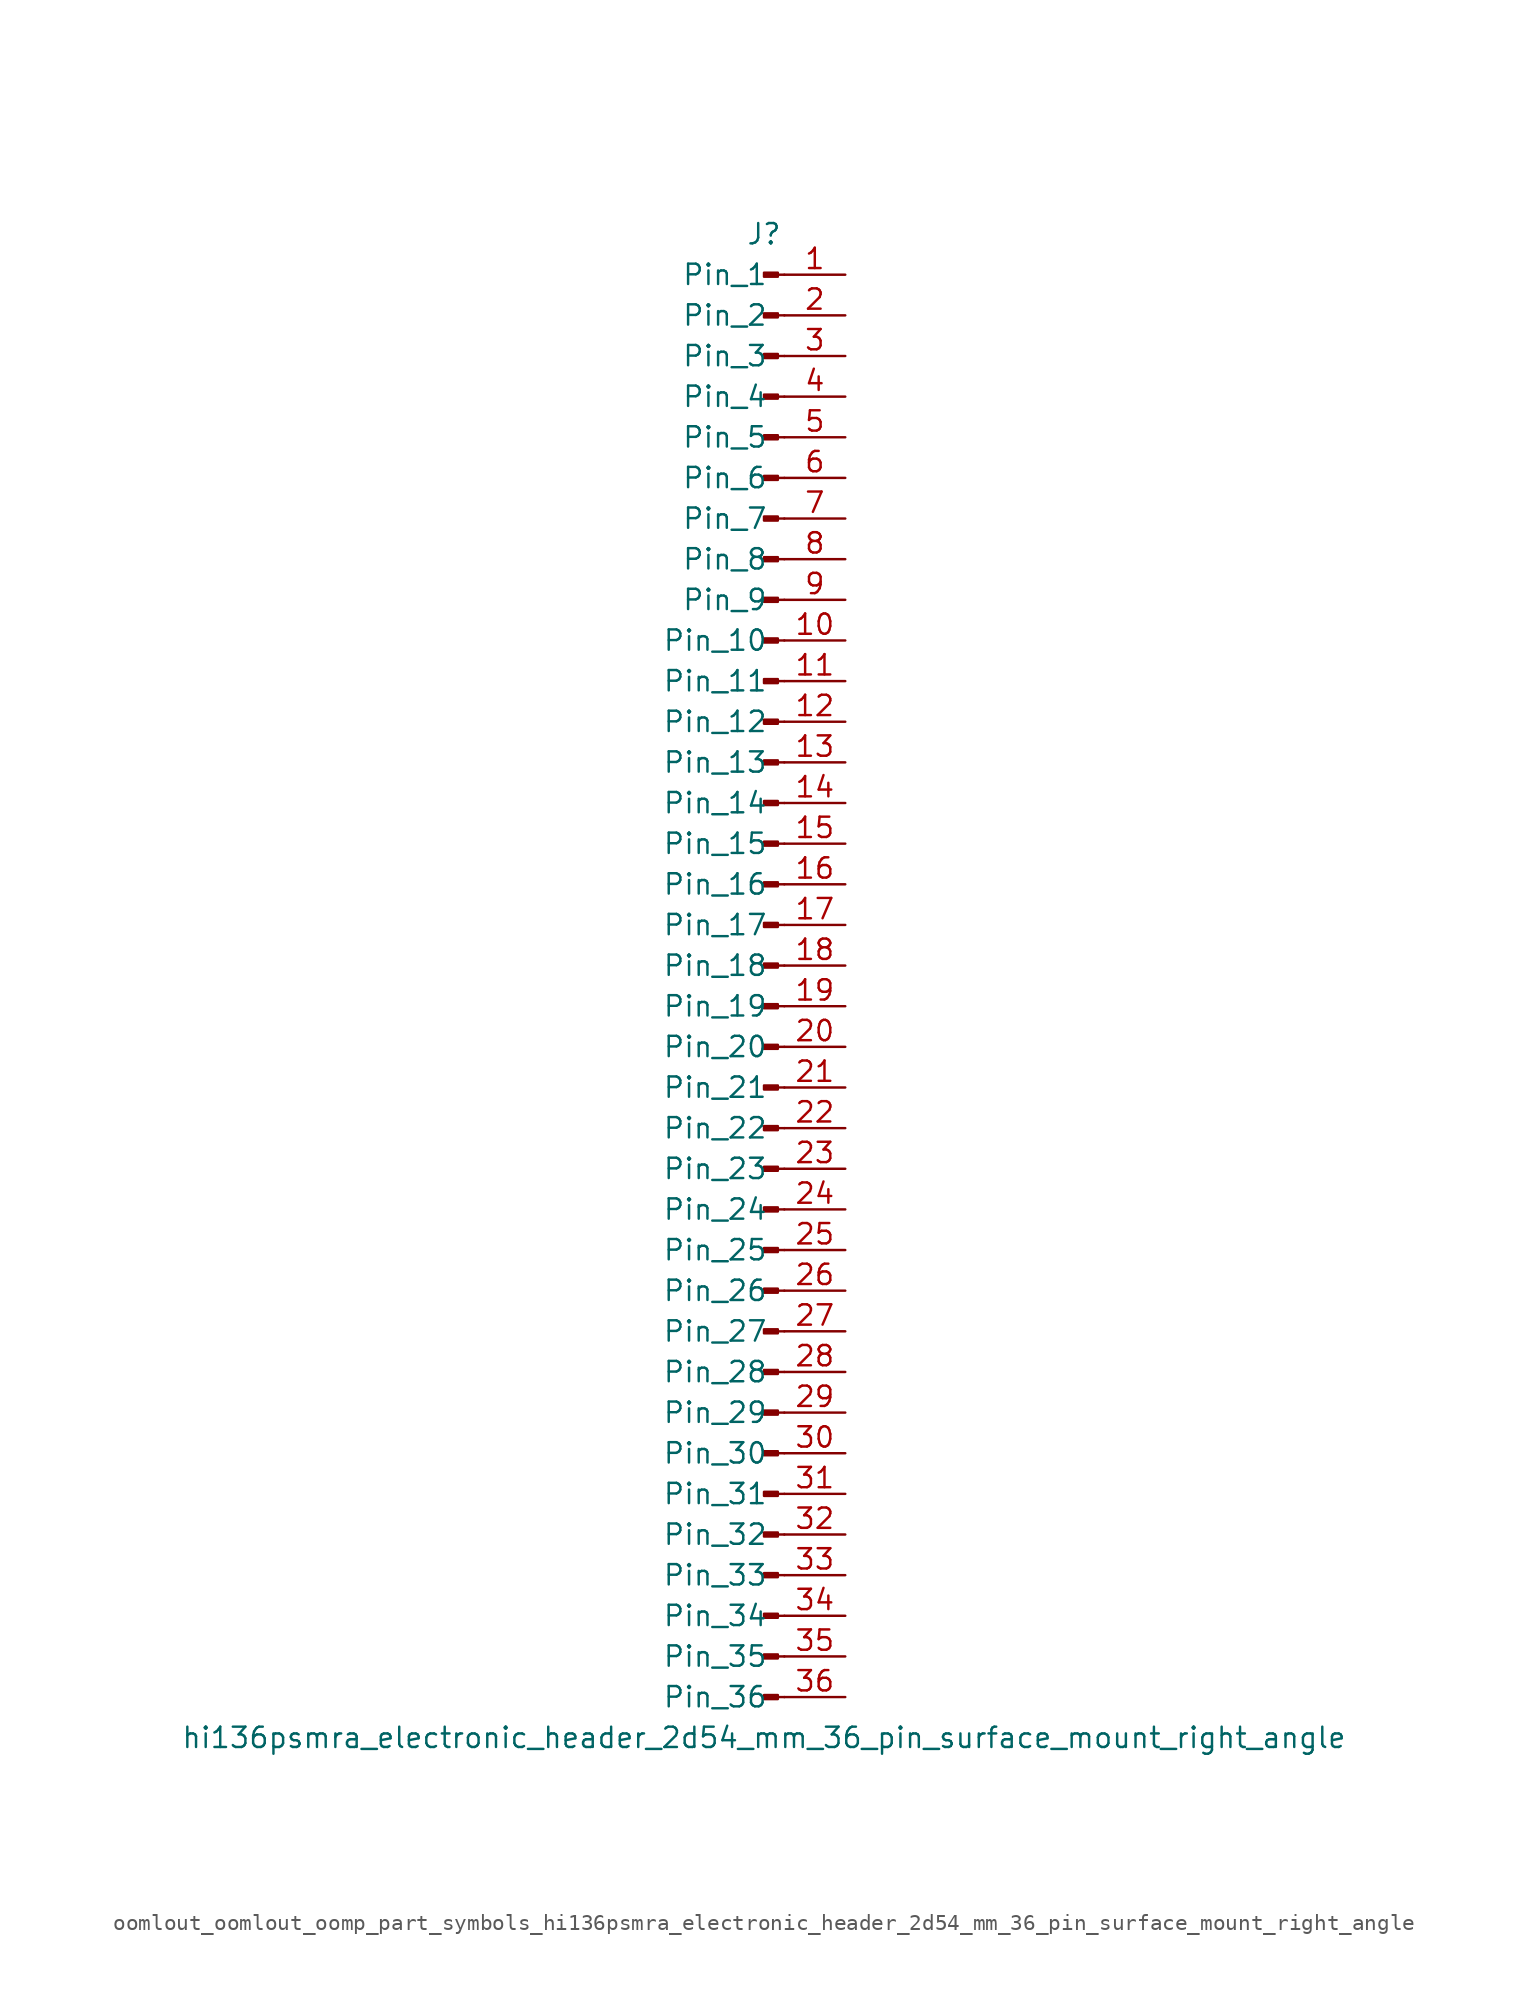
<source format=kicad_sym>
(kicad_symbol_lib
  (version 20220914)
  (generator kicad_symbol_editor)
  (symbol "oomlout_oomlout_oomp_part_symbols_hi136psmra_electronic_header_2d54_mm_36_pin_surface_mount_right_angle"
    (pin_names
      (offset 1.016))
    (property "Reference" "J"
      (at 0 45.72 0)
      (effects (font (size 1.27 1.27))))
    (property "Value" "hi136psmra_electronic_header_2d54_mm_36_pin_surface_mount_right_angle"
      (at 0 -48.26 0)
      (effects (font (size 1.27 1.27))))
    (property "ki_locked" ""
      (at 0 0 0)
      (effects (font (size 1.27 1.27))))
    (symbol "oomlout_oomlout_oomp_part_symbols_hi136psmra_electronic_header_2d54_mm_36_pin_surface_mount_right_angle_1_1"
      (polyline (pts (xy 1.27 -45.72) (xy 0.864 -45.72)) (stroke (width 0.152) (type default)) (fill (type none)))
      (polyline (pts (xy 1.27 -43.18) (xy 0.864 -43.18)) (stroke (width 0.152) (type default)) (fill (type none)))
      (polyline (pts (xy 1.27 -40.64) (xy 0.864 -40.64)) (stroke (width 0.152) (type default)) (fill (type none)))
      (polyline (pts (xy 1.27 -38.1) (xy 0.864 -38.1)) (stroke (width 0.152) (type default)) (fill (type none)))
      (polyline (pts (xy 1.27 -35.56) (xy 0.864 -35.56)) (stroke (width 0.152) (type default)) (fill (type none)))
      (polyline (pts (xy 1.27 -33.02) (xy 0.864 -33.02)) (stroke (width 0.152) (type default)) (fill (type none)))
      (polyline (pts (xy 1.27 -30.48) (xy 0.864 -30.48)) (stroke (width 0.152) (type default)) (fill (type none)))
      (polyline (pts (xy 1.27 -27.94) (xy 0.864 -27.94)) (stroke (width 0.152) (type default)) (fill (type none)))
      (polyline (pts (xy 1.27 -25.4) (xy 0.864 -25.4)) (stroke (width 0.152) (type default)) (fill (type none)))
      (polyline (pts (xy 1.27 -22.86) (xy 0.864 -22.86)) (stroke (width 0.152) (type default)) (fill (type none)))
      (polyline (pts (xy 1.27 -20.32) (xy 0.864 -20.32)) (stroke (width 0.152) (type default)) (fill (type none)))
      (polyline (pts (xy 1.27 -17.78) (xy 0.864 -17.78)) (stroke (width 0.152) (type default)) (fill (type none)))
      (polyline (pts (xy 1.27 -15.24) (xy 0.864 -15.24)) (stroke (width 0.152) (type default)) (fill (type none)))
      (polyline (pts (xy 1.27 -12.7) (xy 0.864 -12.7)) (stroke (width 0.152) (type default)) (fill (type none)))
      (polyline (pts (xy 1.27 -10.16) (xy 0.864 -10.16)) (stroke (width 0.152) (type default)) (fill (type none)))
      (polyline (pts (xy 1.27 -7.62) (xy 0.864 -7.62)) (stroke (width 0.152) (type default)) (fill (type none)))
      (polyline (pts (xy 1.27 -5.08) (xy 0.864 -5.08)) (stroke (width 0.152) (type default)) (fill (type none)))
      (polyline (pts (xy 1.27 -2.54) (xy 0.864 -2.54)) (stroke (width 0.152) (type default)) (fill (type none)))
      (polyline (pts (xy 1.27 0) (xy 0.864 0)) (stroke (width 0.152) (type default)) (fill (type none)))
      (polyline (pts (xy 1.27 2.54) (xy 0.864 2.54)) (stroke (width 0.152) (type default)) (fill (type none)))
      (polyline (pts (xy 1.27 5.08) (xy 0.864 5.08)) (stroke (width 0.152) (type default)) (fill (type none)))
      (polyline (pts (xy 1.27 7.62) (xy 0.864 7.62)) (stroke (width 0.152) (type default)) (fill (type none)))
      (polyline (pts (xy 1.27 10.16) (xy 0.864 10.16)) (stroke (width 0.152) (type default)) (fill (type none)))
      (polyline (pts (xy 1.27 12.7) (xy 0.864 12.7)) (stroke (width 0.152) (type default)) (fill (type none)))
      (polyline (pts (xy 1.27 15.24) (xy 0.864 15.24)) (stroke (width 0.152) (type default)) (fill (type none)))
      (polyline (pts (xy 1.27 17.78) (xy 0.864 17.78)) (stroke (width 0.152) (type default)) (fill (type none)))
      (polyline (pts (xy 1.27 20.32) (xy 0.864 20.32)) (stroke (width 0.152) (type default)) (fill (type none)))
      (polyline (pts (xy 1.27 22.86) (xy 0.864 22.86)) (stroke (width 0.152) (type default)) (fill (type none)))
      (polyline (pts (xy 1.27 25.4) (xy 0.864 25.4)) (stroke (width 0.152) (type default)) (fill (type none)))
      (polyline (pts (xy 1.27 27.94) (xy 0.864 27.94)) (stroke (width 0.152) (type default)) (fill (type none)))
      (polyline (pts (xy 1.27 30.48) (xy 0.864 30.48)) (stroke (width 0.152) (type default)) (fill (type none)))
      (polyline (pts (xy 1.27 33.02) (xy 0.864 33.02)) (stroke (width 0.152) (type default)) (fill (type none)))
      (polyline (pts (xy 1.27 35.56) (xy 0.864 35.56)) (stroke (width 0.152) (type default)) (fill (type none)))
      (polyline (pts (xy 1.27 38.1) (xy 0.864 38.1)) (stroke (width 0.152) (type default)) (fill (type none)))
      (polyline (pts (xy 1.27 40.64) (xy 0.864 40.64)) (stroke (width 0.152) (type default)) (fill (type none)))
      (polyline (pts (xy 1.27 43.18) (xy 0.864 43.18)) (stroke (width 0.152) (type default)) (fill (type none)))
      (rectangle (start 0.864 -45.593) (end 0 -45.847) (stroke (width 0.152) (type default)) (fill (type outline)))
      (rectangle (start 0.864 -43.053) (end 0 -43.307) (stroke (width 0.152) (type default)) (fill (type outline)))
      (rectangle (start 0.864 -40.513) (end 0 -40.767) (stroke (width 0.152) (type default)) (fill (type outline)))
      (rectangle (start 0.864 -37.973) (end 0 -38.227) (stroke (width 0.152) (type default)) (fill (type outline)))
      (rectangle (start 0.864 -35.433) (end 0 -35.687) (stroke (width 0.152) (type default)) (fill (type outline)))
      (rectangle (start 0.864 -32.893) (end 0 -33.147) (stroke (width 0.152) (type default)) (fill (type outline)))
      (rectangle (start 0.864 -30.353) (end 0 -30.607) (stroke (width 0.152) (type default)) (fill (type outline)))
      (rectangle (start 0.864 -27.813) (end 0 -28.067) (stroke (width 0.152) (type default)) (fill (type outline)))
      (rectangle (start 0.864 -25.273) (end 0 -25.527) (stroke (width 0.152) (type default)) (fill (type outline)))
      (rectangle (start 0.864 -22.733) (end 0 -22.987) (stroke (width 0.152) (type default)) (fill (type outline)))
      (rectangle (start 0.864 -20.193) (end 0 -20.447) (stroke (width 0.152) (type default)) (fill (type outline)))
      (rectangle (start 0.864 -17.653) (end 0 -17.907) (stroke (width 0.152) (type default)) (fill (type outline)))
      (rectangle (start 0.864 -15.113) (end 0 -15.367) (stroke (width 0.152) (type default)) (fill (type outline)))
      (rectangle (start 0.864 -12.573) (end 0 -12.827) (stroke (width 0.152) (type default)) (fill (type outline)))
      (rectangle (start 0.864 -10.033) (end 0 -10.287) (stroke (width 0.152) (type default)) (fill (type outline)))
      (rectangle (start 0.864 -7.493) (end 0 -7.747) (stroke (width 0.152) (type default)) (fill (type outline)))
      (rectangle (start 0.864 -4.953) (end 0 -5.207) (stroke (width 0.152) (type default)) (fill (type outline)))
      (rectangle (start 0.864 -2.413) (end 0 -2.667) (stroke (width 0.152) (type default)) (fill (type outline)))
      (rectangle (start 0.864 0.127) (end 0 -0.127) (stroke (width 0.152) (type default)) (fill (type outline)))
      (rectangle (start 0.864 2.667) (end 0 2.413) (stroke (width 0.152) (type default)) (fill (type outline)))
      (rectangle (start 0.864 5.207) (end 0 4.953) (stroke (width 0.152) (type default)) (fill (type outline)))
      (rectangle (start 0.864 7.747) (end 0 7.493) (stroke (width 0.152) (type default)) (fill (type outline)))
      (rectangle (start 0.864 10.287) (end 0 10.033) (stroke (width 0.152) (type default)) (fill (type outline)))
      (rectangle (start 0.864 12.827) (end 0 12.573) (stroke (width 0.152) (type default)) (fill (type outline)))
      (rectangle (start 0.864 15.367) (end 0 15.113) (stroke (width 0.152) (type default)) (fill (type outline)))
      (rectangle (start 0.864 17.907) (end 0 17.653) (stroke (width 0.152) (type default)) (fill (type outline)))
      (rectangle (start 0.864 20.447) (end 0 20.193) (stroke (width 0.152) (type default)) (fill (type outline)))
      (rectangle (start 0.864 22.987) (end 0 22.733) (stroke (width 0.152) (type default)) (fill (type outline)))
      (rectangle (start 0.864 25.527) (end 0 25.273) (stroke (width 0.152) (type default)) (fill (type outline)))
      (rectangle (start 0.864 28.067) (end 0 27.813) (stroke (width 0.152) (type default)) (fill (type outline)))
      (rectangle (start 0.864 30.607) (end 0 30.353) (stroke (width 0.152) (type default)) (fill (type outline)))
      (rectangle (start 0.864 33.147) (end 0 32.893) (stroke (width 0.152) (type default)) (fill (type outline)))
      (rectangle (start 0.864 35.687) (end 0 35.433) (stroke (width 0.152) (type default)) (fill (type outline)))
      (rectangle (start 0.864 38.227) (end 0 37.973) (stroke (width 0.152) (type default)) (fill (type outline)))
      (rectangle (start 0.864 40.767) (end 0 40.513) (stroke (width 0.152) (type default)) (fill (type outline)))
      (rectangle (start 0.864 43.307) (end 0 43.053) (stroke (width 0.152) (type default)) (fill (type outline)))
      (pin passive line (at 5.08 43.18 180) (length 3.81) (name "Pin_1" (effects (font (size 1.27 1.27)))) (number "1" (effects (font (size 1.27 1.27)))))
      (pin passive line (at 5.08 20.32 180) (length 3.81) (name "Pin_10" (effects (font (size 1.27 1.27)))) (number "10" (effects (font (size 1.27 1.27)))))
      (pin passive line (at 5.08 17.78 180) (length 3.81) (name "Pin_11" (effects (font (size 1.27 1.27)))) (number "11" (effects (font (size 1.27 1.27)))))
      (pin passive line (at 5.08 15.24 180) (length 3.81) (name "Pin_12" (effects (font (size 1.27 1.27)))) (number "12" (effects (font (size 1.27 1.27)))))
      (pin passive line (at 5.08 12.7 180) (length 3.81) (name "Pin_13" (effects (font (size 1.27 1.27)))) (number "13" (effects (font (size 1.27 1.27)))))
      (pin passive line (at 5.08 10.16 180) (length 3.81) (name "Pin_14" (effects (font (size 1.27 1.27)))) (number "14" (effects (font (size 1.27 1.27)))))
      (pin passive line (at 5.08 7.62 180) (length 3.81) (name "Pin_15" (effects (font (size 1.27 1.27)))) (number "15" (effects (font (size 1.27 1.27)))))
      (pin passive line (at 5.08 5.08 180) (length 3.81) (name "Pin_16" (effects (font (size 1.27 1.27)))) (number "16" (effects (font (size 1.27 1.27)))))
      (pin passive line (at 5.08 2.54 180) (length 3.81) (name "Pin_17" (effects (font (size 1.27 1.27)))) (number "17" (effects (font (size 1.27 1.27)))))
      (pin passive line (at 5.08 0 180) (length 3.81) (name "Pin_18" (effects (font (size 1.27 1.27)))) (number "18" (effects (font (size 1.27 1.27)))))
      (pin passive line (at 5.08 -2.54 180) (length 3.81) (name "Pin_19" (effects (font (size 1.27 1.27)))) (number "19" (effects (font (size 1.27 1.27)))))
      (pin passive line (at 5.08 40.64 180) (length 3.81) (name "Pin_2" (effects (font (size 1.27 1.27)))) (number "2" (effects (font (size 1.27 1.27)))))
      (pin passive line (at 5.08 -5.08 180) (length 3.81) (name "Pin_20" (effects (font (size 1.27 1.27)))) (number "20" (effects (font (size 1.27 1.27)))))
      (pin passive line (at 5.08 -7.62 180) (length 3.81) (name "Pin_21" (effects (font (size 1.27 1.27)))) (number "21" (effects (font (size 1.27 1.27)))))
      (pin passive line (at 5.08 -10.16 180) (length 3.81) (name "Pin_22" (effects (font (size 1.27 1.27)))) (number "22" (effects (font (size 1.27 1.27)))))
      (pin passive line (at 5.08 -12.7 180) (length 3.81) (name "Pin_23" (effects (font (size 1.27 1.27)))) (number "23" (effects (font (size 1.27 1.27)))))
      (pin passive line (at 5.08 -15.24 180) (length 3.81) (name "Pin_24" (effects (font (size 1.27 1.27)))) (number "24" (effects (font (size 1.27 1.27)))))
      (pin passive line (at 5.08 -17.78 180) (length 3.81) (name "Pin_25" (effects (font (size 1.27 1.27)))) (number "25" (effects (font (size 1.27 1.27)))))
      (pin passive line (at 5.08 -20.32 180) (length 3.81) (name "Pin_26" (effects (font (size 1.27 1.27)))) (number "26" (effects (font (size 1.27 1.27)))))
      (pin passive line (at 5.08 -22.86 180) (length 3.81) (name "Pin_27" (effects (font (size 1.27 1.27)))) (number "27" (effects (font (size 1.27 1.27)))))
      (pin passive line (at 5.08 -25.4 180) (length 3.81) (name "Pin_28" (effects (font (size 1.27 1.27)))) (number "28" (effects (font (size 1.27 1.27)))))
      (pin passive line (at 5.08 -27.94 180) (length 3.81) (name "Pin_29" (effects (font (size 1.27 1.27)))) (number "29" (effects (font (size 1.27 1.27)))))
      (pin passive line (at 5.08 38.1 180) (length 3.81) (name "Pin_3" (effects (font (size 1.27 1.27)))) (number "3" (effects (font (size 1.27 1.27)))))
      (pin passive line (at 5.08 -30.48 180) (length 3.81) (name "Pin_30" (effects (font (size 1.27 1.27)))) (number "30" (effects (font (size 1.27 1.27)))))
      (pin passive line (at 5.08 -33.02 180) (length 3.81) (name "Pin_31" (effects (font (size 1.27 1.27)))) (number "31" (effects (font (size 1.27 1.27)))))
      (pin passive line (at 5.08 -35.56 180) (length 3.81) (name "Pin_32" (effects (font (size 1.27 1.27)))) (number "32" (effects (font (size 1.27 1.27)))))
      (pin passive line (at 5.08 -38.1 180) (length 3.81) (name "Pin_33" (effects (font (size 1.27 1.27)))) (number "33" (effects (font (size 1.27 1.27)))))
      (pin passive line (at 5.08 -40.64 180) (length 3.81) (name "Pin_34" (effects (font (size 1.27 1.27)))) (number "34" (effects (font (size 1.27 1.27)))))
      (pin passive line (at 5.08 -43.18 180) (length 3.81) (name "Pin_35" (effects (font (size 1.27 1.27)))) (number "35" (effects (font (size 1.27 1.27)))))
      (pin passive line (at 5.08 -45.72 180) (length 3.81) (name "Pin_36" (effects (font (size 1.27 1.27)))) (number "36" (effects (font (size 1.27 1.27)))))
      (pin passive line (at 5.08 35.56 180) (length 3.81) (name "Pin_4" (effects (font (size 1.27 1.27)))) (number "4" (effects (font (size 1.27 1.27)))))
      (pin passive line (at 5.08 33.02 180) (length 3.81) (name "Pin_5" (effects (font (size 1.27 1.27)))) (number "5" (effects (font (size 1.27 1.27)))))
      (pin passive line (at 5.08 30.48 180) (length 3.81) (name "Pin_6" (effects (font (size 1.27 1.27)))) (number "6" (effects (font (size 1.27 1.27)))))
      (pin passive line (at 5.08 27.94 180) (length 3.81) (name "Pin_7" (effects (font (size 1.27 1.27)))) (number "7" (effects (font (size 1.27 1.27)))))
      (pin passive line (at 5.08 25.4 180) (length 3.81) (name "Pin_8" (effects (font (size 1.27 1.27)))) (number "8" (effects (font (size 1.27 1.27)))))
      (pin passive line (at 5.08 22.86 180) (length 3.81) (name "Pin_9" (effects (font (size 1.27 1.27)))) (number "9" (effects (font (size 1.27 1.27))))))))
</source>
